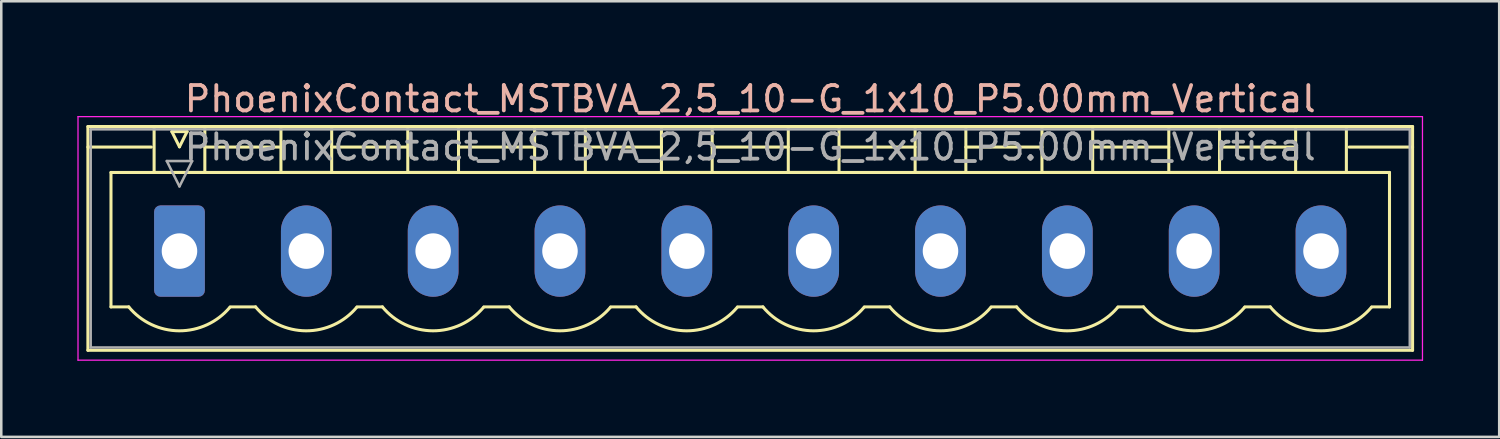
<source format=kicad_pcb>
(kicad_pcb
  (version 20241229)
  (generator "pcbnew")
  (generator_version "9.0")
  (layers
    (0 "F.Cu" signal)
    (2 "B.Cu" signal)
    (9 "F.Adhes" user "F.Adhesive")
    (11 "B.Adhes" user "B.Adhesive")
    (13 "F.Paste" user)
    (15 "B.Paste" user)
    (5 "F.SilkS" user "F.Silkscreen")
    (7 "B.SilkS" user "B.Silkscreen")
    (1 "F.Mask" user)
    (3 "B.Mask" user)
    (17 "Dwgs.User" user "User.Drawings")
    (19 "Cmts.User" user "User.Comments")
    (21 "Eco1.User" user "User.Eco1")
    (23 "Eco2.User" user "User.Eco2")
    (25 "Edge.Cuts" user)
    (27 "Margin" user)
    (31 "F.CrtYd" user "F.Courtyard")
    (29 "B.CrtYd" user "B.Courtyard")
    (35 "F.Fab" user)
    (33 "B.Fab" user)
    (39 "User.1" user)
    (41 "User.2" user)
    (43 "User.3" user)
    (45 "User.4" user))
  (footprint "PhoenixContact_MSTBVA_2,5_10-G_1x10_P5.00mm_Vertical"
    (layer "F.Cu")
    (at 4.025 6.848)
    (property "Reference" "PhoenixContact_MSTBVA_2,5_10-G_1x10_P5.00mm_Vertical" (at 22.5 -6 180) (layer "B.SilkS") (effects (font (size 1 1) (thickness 0.15))))
    (attr through_hole)
    (fp_line (start -3.61 -4.91) (end -3.61 3.91) (stroke (width 0.12) (type solid)) (layer "F.SilkS"))
    (fp_line (start -3.61 -4.1) (end -1.11 -4.1) (stroke (width 0.12) (type solid)) (layer "F.SilkS"))
    (fp_line (start -3.61 3.91) (end 48.61 3.91) (stroke (width 0.12) (type solid)) (layer "F.SilkS"))
    (fp_line (start -2.7 -3.1) (end 47.7 -3.1) (stroke (width 0.12) (type solid)) (layer "F.SilkS"))
    (fp_line (start -2.7 2.2) (end -2.7 -3.1) (stroke (width 0.12) (type solid)) (layer "F.SilkS"))
    (fp_line (start -2 2.2) (end -2.7 2.2) (stroke (width 0.12) (type solid)) (layer "F.SilkS"))
    (fp_line (start -1 -4.91) (end 1 -4.91) (stroke (width 0.12) (type solid)) (layer "F.SilkS"))
    (fp_line (start -1 -3.1) (end -1 -4.91) (stroke (width 0.12) (type solid)) (layer "F.SilkS"))
    (fp_line (start -0.3 -4.71) (end 0.3 -4.71) (stroke (width 0.12) (type solid)) (layer "F.SilkS"))
    (fp_line (start 0 -4.11) (end -0.3 -4.71) (stroke (width 0.12) (type solid)) (layer "F.SilkS"))
    (fp_line (start 0.3 -4.71) (end 0 -4.11) (stroke (width 0.12) (type solid)) (layer "F.SilkS"))
    (fp_line (start 1 -4.91) (end 1 -3.1) (stroke (width 0.12) (type solid)) (layer "F.SilkS"))
    (fp_line (start 1 -4.1) (end 4 -4.1) (stroke (width 0.12) (type solid)) (layer "F.SilkS"))
    (fp_line (start 1 -3.1) (end -1 -3.1) (stroke (width 0.12) (type solid)) (layer "F.SilkS"))
    (fp_line (start 2 2.2) (end 3 2.2) (stroke (width 0.12) (type solid)) (layer "F.SilkS"))
    (fp_line (start 4 -4.91) (end 6 -4.91) (stroke (width 0.12) (type solid)) (layer "F.SilkS"))
    (fp_line (start 4 -3.1) (end 4 -4.91) (stroke (width 0.12) (type solid)) (layer "F.SilkS"))
    (fp_line (start 6 -4.91) (end 6 -3.1) (stroke (width 0.12) (type solid)) (layer "F.SilkS"))
    (fp_line (start 6 -4.1) (end 9 -4.1) (stroke (width 0.12) (type solid)) (layer "F.SilkS"))
    (fp_line (start 6 -3.1) (end 4 -3.1) (stroke (width 0.12) (type solid)) (layer "F.SilkS"))
    (fp_line (start 7 2.2) (end 8 2.2) (stroke (width 0.12) (type solid)) (layer "F.SilkS"))
    (fp_line (start 9 -4.91) (end 11 -4.91) (stroke (width 0.12) (type solid)) (layer "F.SilkS"))
    (fp_line (start 9 -3.1) (end 9 -4.91) (stroke (width 0.12) (type solid)) (layer "F.SilkS"))
    (fp_line (start 11 -4.91) (end 11 -3.1) (stroke (width 0.12) (type solid)) (layer "F.SilkS"))
    (fp_line (start 11 -4.1) (end 14 -4.1) (stroke (width 0.12) (type solid)) (layer "F.SilkS"))
    (fp_line (start 11 -3.1) (end 9 -3.1) (stroke (width 0.12) (type solid)) (layer "F.SilkS"))
    (fp_line (start 12 2.2) (end 13 2.2) (stroke (width 0.12) (type solid)) (layer "F.SilkS"))
    (fp_line (start 14 -4.91) (end 16 -4.91) (stroke (width 0.12) (type solid)) (layer "F.SilkS"))
    (fp_line (start 14 -3.1) (end 14 -4.91) (stroke (width 0.12) (type solid)) (layer "F.SilkS"))
    (fp_line (start 16 -4.91) (end 16 -3.1) (stroke (width 0.12) (type solid)) (layer "F.SilkS"))
    (fp_line (start 16 -4.1) (end 19 -4.1) (stroke (width 0.12) (type solid)) (layer "F.SilkS"))
    (fp_line (start 16 -3.1) (end 14 -3.1) (stroke (width 0.12) (type solid)) (layer "F.SilkS"))
    (fp_line (start 17 2.2) (end 18 2.2) (stroke (width 0.12) (type solid)) (layer "F.SilkS"))
    (fp_line (start 19 -4.91) (end 21 -4.91) (stroke (width 0.12) (type solid)) (layer "F.SilkS"))
    (fp_line (start 19 -3.1) (end 19 -4.91) (stroke (width 0.12) (type solid)) (layer "F.SilkS"))
    (fp_line (start 21 -4.91) (end 21 -3.1) (stroke (width 0.12) (type solid)) (layer "F.SilkS"))
    (fp_line (start 21 -4.1) (end 24 -4.1) (stroke (width 0.12) (type solid)) (layer "F.SilkS"))
    (fp_line (start 21 -3.1) (end 19 -3.1) (stroke (width 0.12) (type solid)) (layer "F.SilkS"))
    (fp_line (start 22 2.2) (end 23 2.2) (stroke (width 0.12) (type solid)) (layer "F.SilkS"))
    (fp_line (start 24 -4.91) (end 26 -4.91) (stroke (width 0.12) (type solid)) (layer "F.SilkS"))
    (fp_line (start 24 -3.1) (end 24 -4.91) (stroke (width 0.12) (type solid)) (layer "F.SilkS"))
    (fp_line (start 26 -4.91) (end 26 -3.1) (stroke (width 0.12) (type solid)) (layer "F.SilkS"))
    (fp_line (start 26 -4.1) (end 29 -4.1) (stroke (width 0.12) (type solid)) (layer "F.SilkS"))
    (fp_line (start 26 -3.1) (end 24 -3.1) (stroke (width 0.12) (type solid)) (layer "F.SilkS"))
    (fp_line (start 27 2.2) (end 28 2.2) (stroke (width 0.12) (type solid)) (layer "F.SilkS"))
    (fp_line (start 29 -4.91) (end 31 -4.91) (stroke (width 0.12) (type solid)) (layer "F.SilkS"))
    (fp_line (start 29 -3.1) (end 29 -4.91) (stroke (width 0.12) (type solid)) (layer "F.SilkS"))
    (fp_line (start 31 -4.91) (end 31 -3.1) (stroke (width 0.12) (type solid)) (layer "F.SilkS"))
    (fp_line (start 31 -4.1) (end 34 -4.1) (stroke (width 0.12) (type solid)) (layer "F.SilkS"))
    (fp_line (start 31 -3.1) (end 29 -3.1) (stroke (width 0.12) (type solid)) (layer "F.SilkS"))
    (fp_line (start 32 2.2) (end 33 2.2) (stroke (width 0.12) (type solid)) (layer "F.SilkS"))
    (fp_line (start 34 -4.91) (end 36 -4.91) (stroke (width 0.12) (type solid)) (layer "F.SilkS"))
    (fp_line (start 34 -3.1) (end 34 -4.91) (stroke (width 0.12) (type solid)) (layer "F.SilkS"))
    (fp_line (start 36 -4.91) (end 36 -3.1) (stroke (width 0.12) (type solid)) (layer "F.SilkS"))
    (fp_line (start 36 -4.1) (end 39 -4.1) (stroke (width 0.12) (type solid)) (layer "F.SilkS"))
    (fp_line (start 36 -3.1) (end 34 -3.1) (stroke (width 0.12) (type solid)) (layer "F.SilkS"))
    (fp_line (start 37 2.2) (end 38 2.2) (stroke (width 0.12) (type solid)) (layer "F.SilkS"))
    (fp_line (start 39 -4.91) (end 41 -4.91) (stroke (width 0.12) (type solid)) (layer "F.SilkS"))
    (fp_line (start 39 -3.1) (end 39 -4.91) (stroke (width 0.12) (type solid)) (layer "F.SilkS"))
    (fp_line (start 41 -4.91) (end 41 -3.1) (stroke (width 0.12) (type solid)) (layer "F.SilkS"))
    (fp_line (start 41 -4.1) (end 44 -4.1) (stroke (width 0.12) (type solid)) (layer "F.SilkS"))
    (fp_line (start 41 -3.1) (end 39 -3.1) (stroke (width 0.12) (type solid)) (layer "F.SilkS"))
    (fp_line (start 42 2.2) (end 43 2.2) (stroke (width 0.12) (type solid)) (layer "F.SilkS"))
    (fp_line (start 44 -4.91) (end 46 -4.91) (stroke (width 0.12) (type solid)) (layer "F.SilkS"))
    (fp_line (start 44 -3.1) (end 44 -4.91) (stroke (width 0.12) (type solid)) (layer "F.SilkS"))
    (fp_line (start 46 -4.91) (end 46 -3.1) (stroke (width 0.12) (type solid)) (layer "F.SilkS"))
    (fp_line (start 46 -3.1) (end 44 -3.1) (stroke (width 0.12) (type solid)) (layer "F.SilkS"))
    (fp_line (start 47.7 -3.1) (end 47.7 2.2) (stroke (width 0.12) (type solid)) (layer "F.SilkS"))
    (fp_line (start 47.7 2.2) (end 47 2.2) (stroke (width 0.12) (type solid)) (layer "F.SilkS"))
    (fp_line (start 48.61 -4.91) (end -3.61 -4.91) (stroke (width 0.12) (type solid)) (layer "F.SilkS"))
    (fp_line (start 48.61 -4.1) (end 46.11 -4.1) (stroke (width 0.12) (type solid)) (layer "F.SilkS"))
    (fp_line (start 48.61 3.91) (end 48.61 -4.91) (stroke (width 0.12) (type solid)) (layer "F.SilkS"))
    (fp_arc (start 1.986842 2.215821) (mid -0.010289 3.142758) (end -2 2.2) (stroke (width 0.12) (type solid)) (layer "F.SilkS"))
    (fp_arc (start 6.986842 2.215821) (mid 4.989711 3.142758) (end 3 2.2) (stroke (width 0.12) (type solid)) (layer "F.SilkS"))
    (fp_arc (start 11.986842 2.215821) (mid 9.989711 3.142758) (end 8 2.2) (stroke (width 0.12) (type solid)) (layer "F.SilkS"))
    (fp_arc (start 16.986842 2.215821) (mid 14.989711 3.142758) (end 13 2.2) (stroke (width 0.12) (type solid)) (layer "F.SilkS"))
    (fp_arc (start 21.986842 2.215821) (mid 19.989711 3.142758) (end 18 2.2) (stroke (width 0.12) (type solid)) (layer "F.SilkS"))
    (fp_arc (start 26.986842 2.215821) (mid 24.989711 3.142758) (end 23 2.2) (stroke (width 0.12) (type solid)) (layer "F.SilkS"))
    (fp_arc (start 31.986842 2.215821) (mid 29.989711 3.142758) (end 28 2.2) (stroke (width 0.12) (type solid)) (layer "F.SilkS"))
    (fp_arc (start 36.986842 2.215821) (mid 34.989711 3.142758) (end 33 2.2) (stroke (width 0.12) (type solid)) (layer "F.SilkS"))
    (fp_arc (start 41.986842 2.215821) (mid 39.989711 3.142758) (end 38 2.2) (stroke (width 0.12) (type solid)) (layer "F.SilkS"))
    (fp_arc (start 46.986842 2.215821) (mid 44.989711 3.142758) (end 43 2.2) (stroke (width 0.12) (type solid)) (layer "F.SilkS"))
    (fp_line (start -4 -5.3) (end -4 4.3) (stroke (width 0.05) (type solid)) (layer "F.CrtYd"))
    (fp_line (start -4 4.3) (end 49 4.3) (stroke (width 0.05) (type solid)) (layer "F.CrtYd"))
    (fp_line (start 49 -5.3) (end -4 -5.3) (stroke (width 0.05) (type solid)) (layer "F.CrtYd"))
    (fp_line (start 49 4.3) (end 49 -5.3) (stroke (width 0.05) (type solid)) (layer "F.CrtYd"))
    (fp_line (start -3.5 -4.8) (end -3.5 3.8) (stroke (width 0.1) (type solid)) (layer "F.Fab"))
    (fp_line (start -3.5 3.8) (end 48.5 3.8) (stroke (width 0.1) (type solid)) (layer "F.Fab"))
    (fp_line (start -0.5 -3.55) (end 0.5 -3.55) (stroke (width 0.1) (type solid)) (layer "F.Fab"))
    (fp_line (start 0 -2.55) (end -0.5 -3.55) (stroke (width 0.1) (type solid)) (layer "F.Fab"))
    (fp_line (start 0.5 -3.55) (end 0 -2.55) (stroke (width 0.1) (type solid)) (layer "F.Fab"))
    (fp_line (start 48.5 -4.8) (end -3.5 -4.8) (stroke (width 0.1) (type solid)) (layer "F.Fab"))
    (fp_line (start 48.5 3.8) (end 48.5 -4.8) (stroke (width 0.1) (type solid)) (layer "F.Fab"))
    (fp_text user "${REFERENCE}" (at 22.5 -4.1 180) (layer "F.Fab") (effects (font (size 1 1) (thickness 0.15))))
    (pad "1" thru_hole roundrect (at 0 0) (size 2 3.6) (drill 1.4) (layers "*.Cu" "*.Mask") (roundrect_rratio 0.125))
    (pad "2" thru_hole oval (at 5 0) (size 2 3.6) (drill 1.4) (layers "*.Cu" "*.Mask"))
    (pad "3" thru_hole oval (at 10 0) (size 2 3.6) (drill 1.4) (layers "*.Cu" "*.Mask"))
    (pad "4" thru_hole oval (at 15 0) (size 2 3.6) (drill 1.4) (layers "*.Cu" "*.Mask"))
    (pad "5" thru_hole oval (at 20 0) (size 2 3.6) (drill 1.4) (layers "*.Cu" "*.Mask"))
    (pad "6" thru_hole oval (at 25 0) (size 2 3.6) (drill 1.4) (layers "*.Cu" "*.Mask"))
    (pad "7" thru_hole oval (at 30 0) (size 2 3.6) (drill 1.4) (layers "*.Cu" "*.Mask"))
    (pad "8" thru_hole oval (at 35 0) (size 2 3.6) (drill 1.4) (layers "*.Cu" "*.Mask"))
    (pad "9" thru_hole oval (at 40 0) (size 2 3.6) (drill 1.4) (layers "*.Cu" "*.Mask"))
    (pad "10" thru_hole oval (at 45 0) (size 2 3.6) (drill 1.4) (layers "*.Cu" "*.Mask")))
  (gr_rect
    (start -3 -3)
    (end 56.05 14.173)
    (stroke (width 0.1) (type default))
    (fill no)
    (layer "Edge.Cuts")))
</source>
